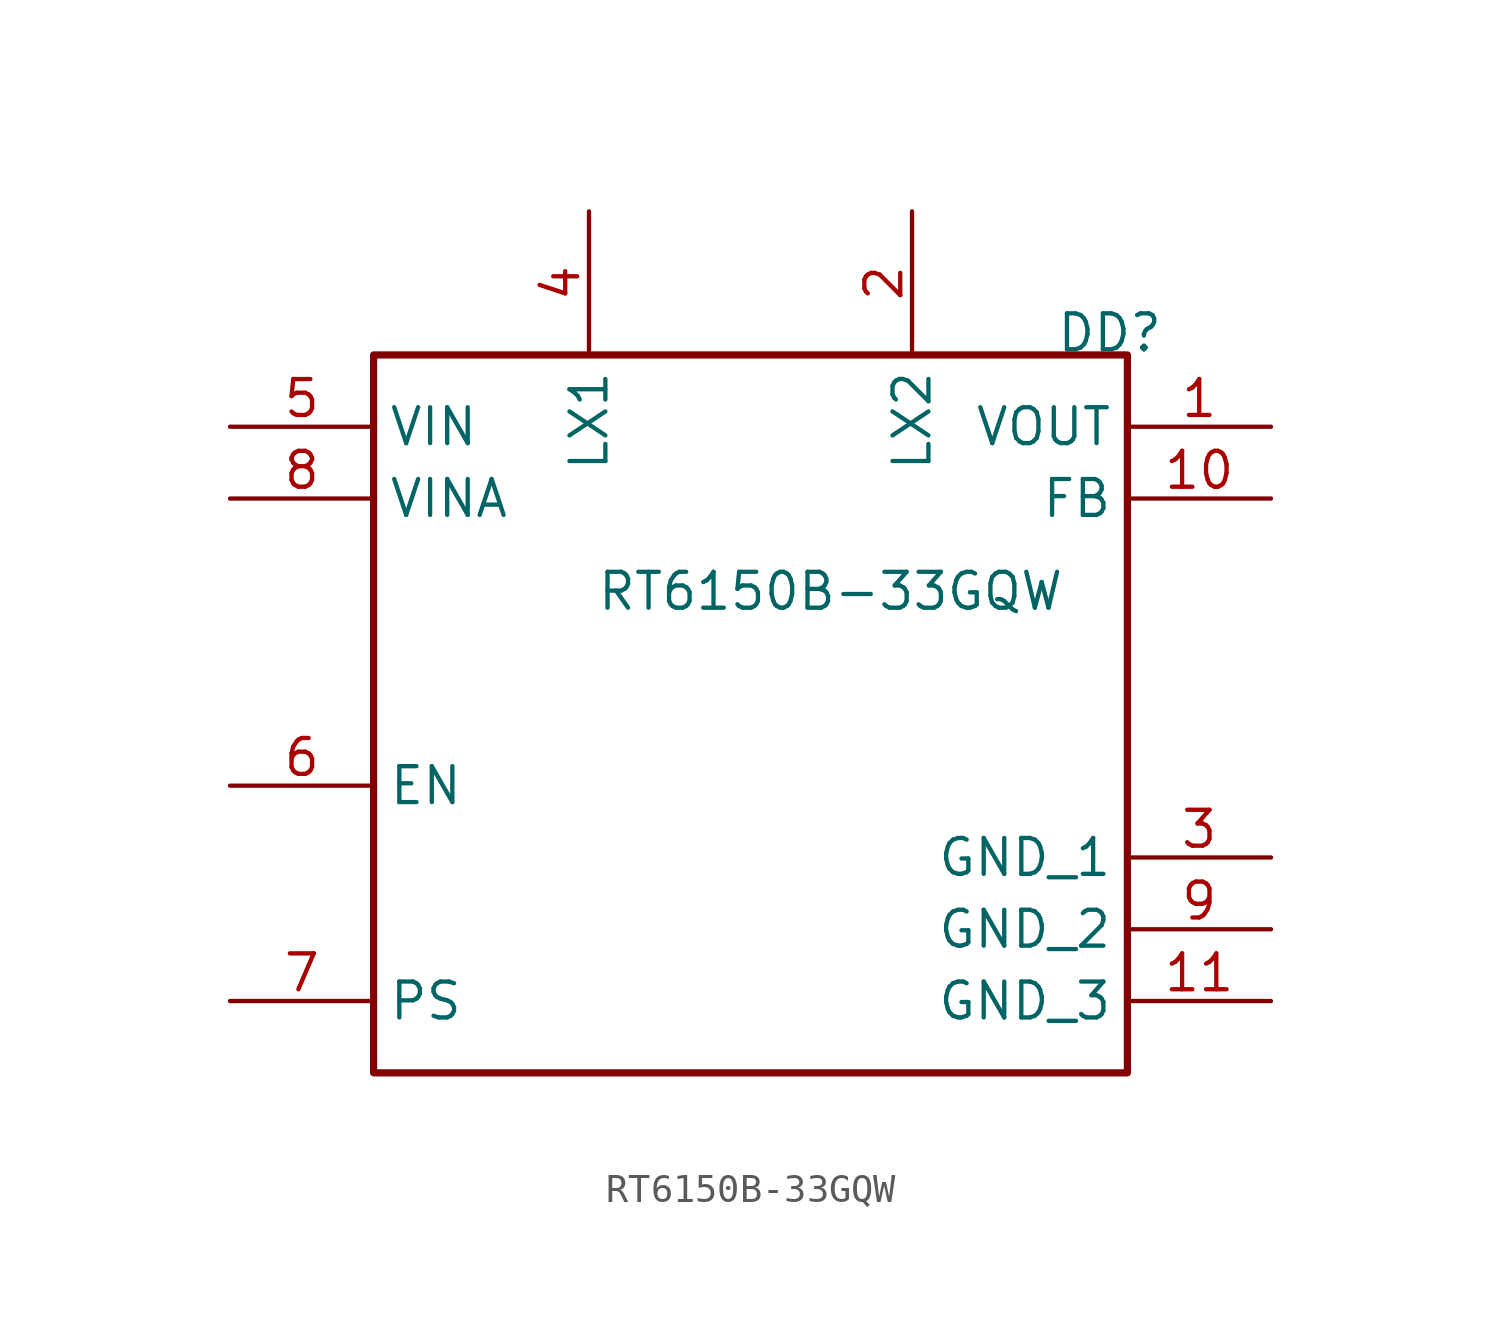
<source format=kicad_sym>
(kicad_symbol_lib
  (version 20241209)
  (generator "kicad_symbol_editor")
  (generator_version "9.0")
  (symbol "RT6150B-33GQW"
    (property "Reference" "DD"
      (at 22.86 4.064 0)
      (effects (font (size 1.27 1.27)) (justify left top)))
    (property "Value" "RT6150B-33GQW"
      (at 6.604 -5.08 0)
      (effects (font (size 1.27 1.27)) (justify left top)))
    (symbol "RT6150B-33GQW_1_1"
      (rectangle (start -1.27 2.54) (end 25.4 -22.86) (stroke (width 0.254) (type default)) (fill (type none)))
      (pin passive line (at -6.35 0 0) (length 5.08) (name "VIN" (effects (font (size 1.27 1.27)))) (number "5" (effects (font (size 1.27 1.27)))))
      (pin passive line (at -6.35 -2.54 0) (length 5.08) (name "VINA" (effects (font (size 1.27 1.27)))) (number "8" (effects (font (size 1.27 1.27)))))
      (pin passive line (at -6.35 -12.7 0) (length 5.08) (name "EN" (effects (font (size 1.27 1.27)))) (number "6" (effects (font (size 1.27 1.27)))))
      (pin passive line (at -6.35 -20.32 0) (length 5.08) (name "PS" (effects (font (size 1.27 1.27)))) (number "7" (effects (font (size 1.27 1.27)))))
      (pin passive line (at 6.35 7.62 270) (length 5.08) (name "LX1" (effects (font (size 1.27 1.27)))) (number "4" (effects (font (size 1.27 1.27)))))
      (pin passive line (at 17.78 7.62 270) (length 5.08) (name "LX2" (effects (font (size 1.27 1.27)))) (number "2" (effects (font (size 1.27 1.27)))))
      (pin passive line (at 30.48 0 180) (length 5.08) (name "VOUT" (effects (font (size 1.27 1.27)))) (number "1" (effects (font (size 1.27 1.27)))))
      (pin passive line (at 30.48 -2.54 180) (length 5.08) (name "FB" (effects (font (size 1.27 1.27)))) (number "10" (effects (font (size 1.27 1.27)))))
      (pin passive line (at 30.48 -15.24 180) (length 5.08) (name "GND_1" (effects (font (size 1.27 1.27)))) (number "3" (effects (font (size 1.27 1.27)))))
      (pin passive line (at 30.48 -17.78 180) (length 5.08) (name "GND_2" (effects (font (size 1.27 1.27)))) (number "9" (effects (font (size 1.27 1.27)))))
      (pin passive line (at 30.48 -20.32 180) (length 5.08) (name "GND_3" (effects (font (size 1.27 1.27)))) (number "11" (effects (font (size 1.27 1.27))))))))
</source>
